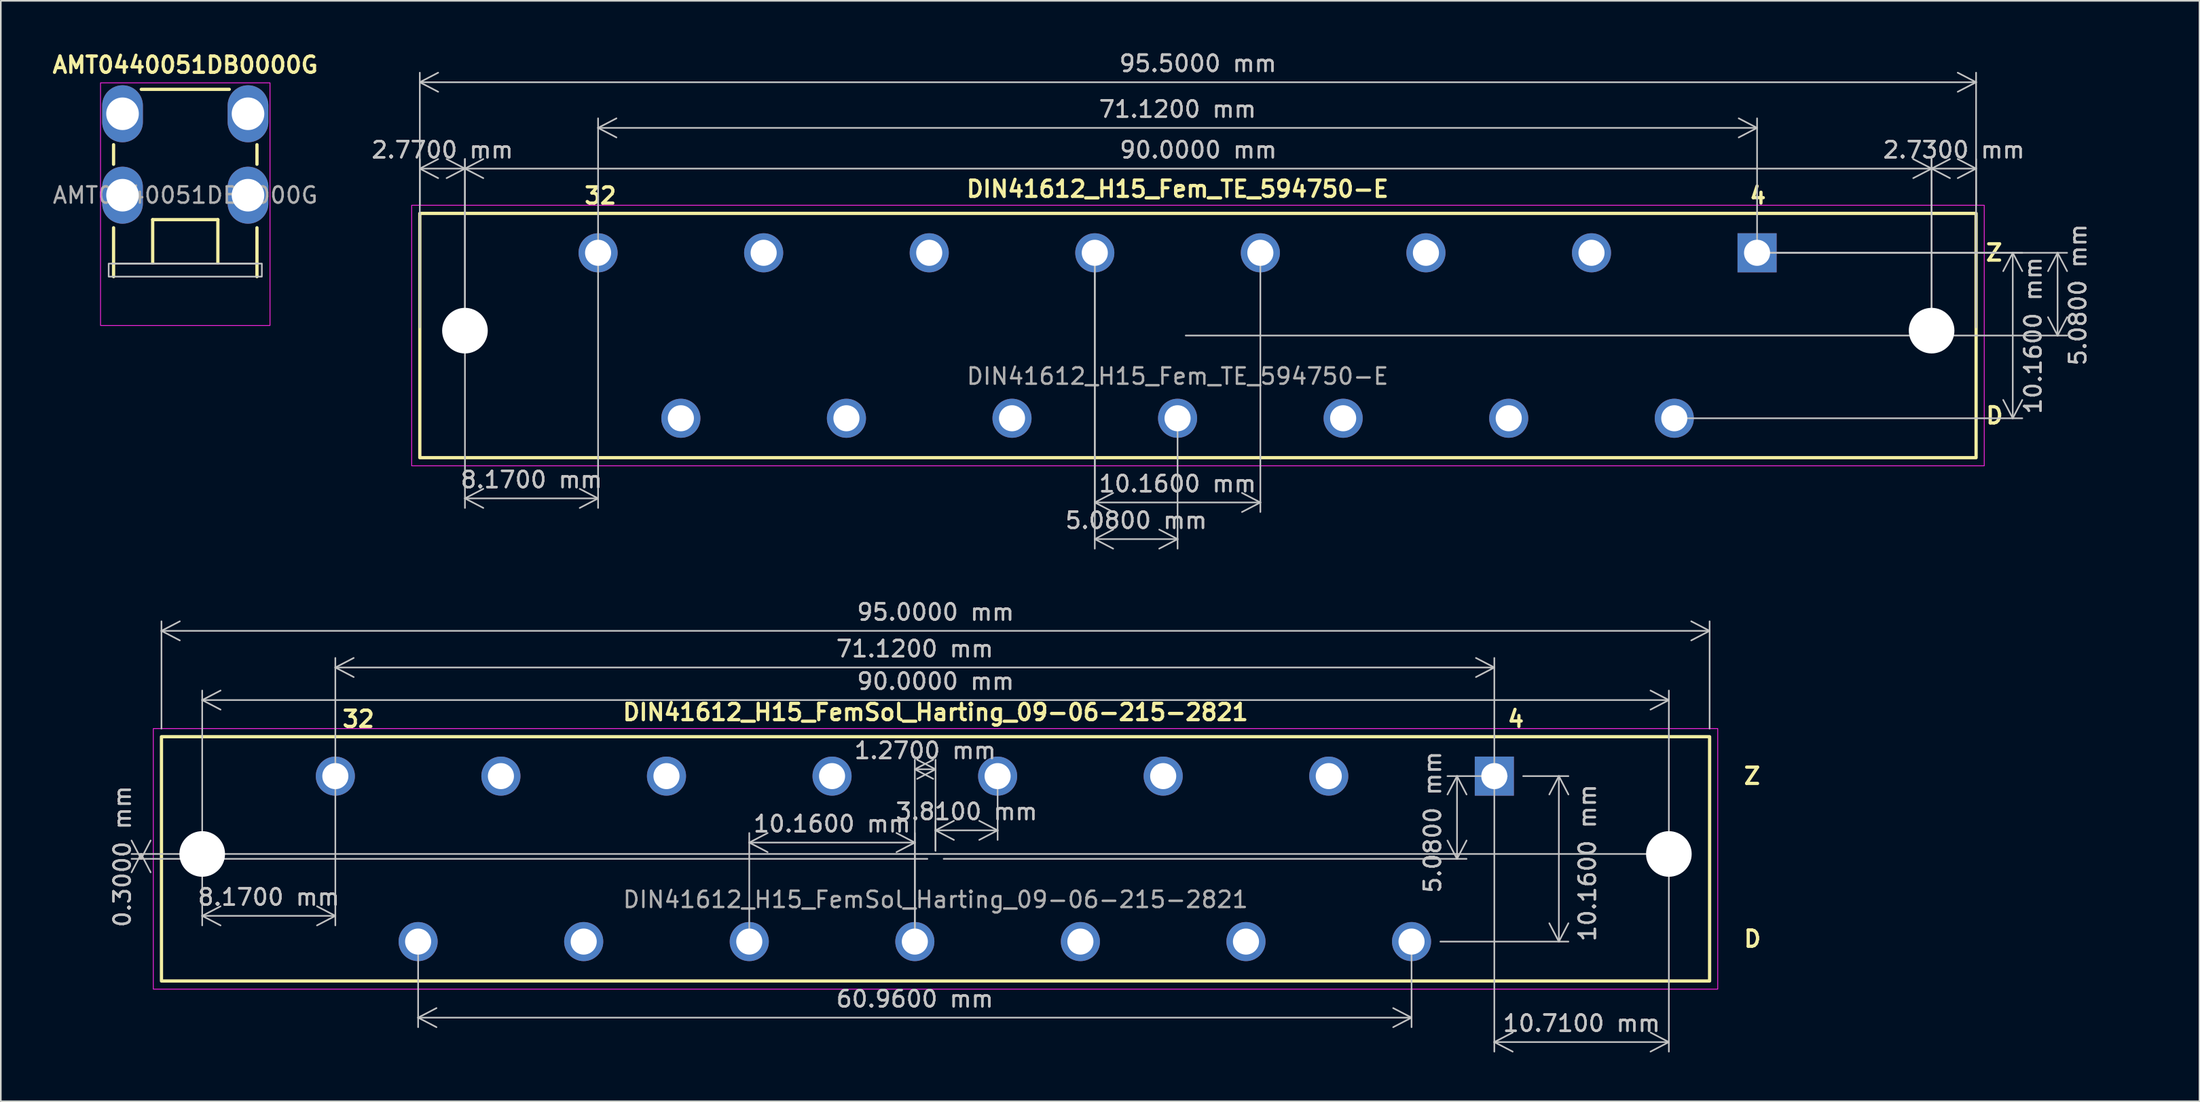
<source format=kicad_pcb>
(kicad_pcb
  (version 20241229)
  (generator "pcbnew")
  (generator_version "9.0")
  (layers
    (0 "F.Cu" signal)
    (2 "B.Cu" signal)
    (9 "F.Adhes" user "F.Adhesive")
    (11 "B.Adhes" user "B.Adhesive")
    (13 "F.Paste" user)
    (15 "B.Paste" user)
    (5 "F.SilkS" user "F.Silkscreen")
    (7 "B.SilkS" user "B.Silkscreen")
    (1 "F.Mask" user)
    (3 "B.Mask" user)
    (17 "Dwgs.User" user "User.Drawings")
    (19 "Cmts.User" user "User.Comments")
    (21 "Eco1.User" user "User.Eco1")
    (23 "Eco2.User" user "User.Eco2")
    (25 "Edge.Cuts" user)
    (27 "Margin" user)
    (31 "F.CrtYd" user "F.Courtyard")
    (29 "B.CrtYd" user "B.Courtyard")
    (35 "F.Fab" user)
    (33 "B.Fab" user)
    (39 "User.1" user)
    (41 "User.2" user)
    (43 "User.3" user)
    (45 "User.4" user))
  (footprint "DIN41612_H15_Fem_TE_594750-E"
    (layer "F.Cu")
    (at 69.211 17.553)
    (property "Reference" "DIN41612_H15_Fem_TE_594750-E" (at 0 -9 0) (unlocked yes) (layer "F.SilkS") (effects (font (size 1 1) (thickness 0.2) (bold yes))))
    (attr through_hole)
    (fp_rect (start -46.5 -7.5) (end 49 7.5) (stroke (width 0.2) (type default)) (fill no) (layer "F.SilkS"))
    (fp_rect (start -47 -8) (end 49.5 8) (stroke (width 0.05) (type default)) (fill no) (layer "F.CrtYd"))
    (fp_text user "Z" (at 49.5 -4.5 0) (unlocked yes) (layer "F.SilkS") (effects (font (size 1 1) (thickness 0.2) (bold yes)) (justify left bottom)))
    (fp_text user "4" (at 35 -8 0) (unlocked yes) (layer "F.SilkS") (effects (font (size 1 1) (thickness 0.2) (bold yes)) (justify left bottom)))
    (fp_text user "D" (at 49.5 5.5 0) (unlocked yes) (layer "F.SilkS") (effects (font (size 1 1) (thickness 0.2) (bold yes)) (justify left bottom)))
    (fp_text user "32" (at -36.5 -8 0) (unlocked yes) (layer "F.SilkS") (effects (font (size 1 1) (thickness 0.2) (bold yes)) (justify left bottom)))
    (fp_text user "${REFERENCE}" (at 0 2.5 0) (unlocked yes) (layer "F.Fab") (effects (font (size 1 1) (thickness 0.15))))
    (dimension (type aligned) (layer "Dwgs.User") (pts (xy 22.711 10.053) (xy 118.211 10.053)) (height -8.054) (format (prefix "") (suffix "") (units 3) (units_format 1) (precision 4)) (style (thickness 0.1) (arrow_length 1.27) (text_position_mode 0) (arrow_direction outward) (extension_height 0.586) (extension_offset 0.5) (keep_text_aligned yes)) (gr_text "95.5000 mm" (at 70.461 0.848 0) (layer "Dwgs.User") (effects (font (size 1 1) (thickness 0.15)))))
    (dimension (type aligned) (layer "Dwgs.User") (pts (xy 33.651 12.473) (xy 104.771 12.473)) (height -7.67) (format (prefix "") (suffix "") (units 3) (units_format 1) (precision 4)) (style (thickness 0.1) (arrow_length 1.27) (text_position_mode 0) (arrow_direction outward) (extension_height 0.586) (extension_offset 0.5) (keep_text_aligned yes)) (gr_text "71.1200 mm" (at 69.211 3.653 0) (layer "Dwgs.User") (effects (font (size 1 1) (thickness 0.15)))))
    (dimension (type orthogonal) (layer "Dwgs.User") (pts (xy 104.771 12.473) (xy 99.691 22.633)) (height 15.69) (orientation 1) (format (prefix "") (suffix "") (units 3) (units_format 1) (precision 4)) (style (thickness 0.1) (arrow_length 1.27) (text_position_mode 2) (arrow_direction outward) (extension_height 0.586) (extension_offset 0.5) (keep_text_aligned yes)) (gr_text "10.1600 mm" (at 121.711 17.553 90) (layer "Dwgs.User") (effects (font (size 1 1) (thickness 0.15)))))
    (dimension (type orthogonal) (layer "Dwgs.User") (pts (xy 25.481 17.253) (xy 115.481 17.253)) (height -9.95) (orientation 0) (format (prefix "") (suffix "") (units 3) (units_format 1) (precision 4)) (style (thickness 0.1) (arrow_length 1.27) (text_position_mode 0) (arrow_direction outward) (extension_height 0.586) (extension_offset 0.5) (keep_text_aligned yes)) (gr_text "90.0000 mm" (at 70.481 6.153 0) (layer "Dwgs.User") (effects (font (size 1 1) (thickness 0.15)))))
    (dimension (type orthogonal) (layer "Dwgs.User") (pts (xy 64.131 12.473) (xy 69.211 22.633)) (height 17.58) (orientation 0) (format (prefix "") (suffix "") (units 3) (units_format 1) (precision 4)) (style (thickness 0.1) (arrow_length 1.27) (text_position_mode 0) (arrow_direction outward) (extension_height 0.586) (extension_offset 0.5) (keep_text_aligned yes)) (gr_text "5.0800 mm" (at 66.671 28.903 0) (layer "Dwgs.User") (effects (font (size 1 1) (thickness 0.15)))))
    (dimension (type orthogonal) (layer "Dwgs.User") (pts (xy 115.481 17.253) (xy 118.211 17.553)) (height -9.95) (orientation 0) (format (prefix "") (suffix "") (units 3) (units_format 1) (precision 4)) (style (thickness 0.1) (arrow_length 1.27) (text_position_mode 0) (arrow_direction outward) (extension_height 0.586) (extension_offset 0.5) (keep_text_aligned yes)) (gr_text "2.7300 mm" (at 116.846 6.153 0) (layer "Dwgs.User") (effects (font (size 1 1) (thickness 0.15)))))
    (dimension (type orthogonal) (layer "Dwgs.User") (pts (xy 25.481 17.253) (xy 22.711 17.553)) (height -9.95) (orientation 0) (format (prefix "") (suffix "") (units 3) (units_format 1) (precision 4)) (style (thickness 0.1) (arrow_length 1.27) (text_position_mode 0) (arrow_direction outward) (extension_height 0.586) (extension_offset 0.5) (keep_text_aligned yes)) (gr_text "2.7700 mm" (at 24.096 6.153 0) (layer "Dwgs.User") (effects (font (size 1 1) (thickness 0.15)))))
    (dimension (type orthogonal) (layer "Dwgs.User") (pts (xy 25.481 17.253) (xy 33.651 12.473)) (height 10.3) (orientation 0) (format (prefix "") (suffix "") (units 3) (units_format 1) (precision 4)) (style (thickness 0.1) (arrow_length 1.27) (text_position_mode 0) (arrow_direction outward) (extension_height 0.586) (extension_offset 0.5) (keep_text_aligned yes)) (gr_text "8.1700 mm" (at 29.566 26.403 0) (layer "Dwgs.User") (effects (font (size 1 1) (thickness 0.15)))))
    (dimension (type orthogonal) (layer "Dwgs.User") (pts (xy 64.131 12.473) (xy 74.291 12.473)) (height 15.33) (orientation 0) (format (prefix "") (suffix "") (units 3) (units_format 1) (precision 4)) (style (thickness 0.1) (arrow_length 1.27) (text_position_mode 0) (arrow_direction outward) (extension_height 0.586) (extension_offset 0.5) (keep_text_aligned yes)) (gr_text "10.1600 mm" (at 69.211 26.653 0) (layer "Dwgs.User") (effects (font (size 1 1) (thickness 0.15)))))
    (dimension (type orthogonal) (layer "Dwgs.User") (pts (xy 69.211 17.553) (xy 104.771 12.473)) (height 54) (orientation 1) (format (prefix "") (suffix "") (units 3) (units_format 1) (precision 4)) (style (thickness 0.1) (arrow_length 1.27) (text_position_mode 2) (arrow_direction outward) (extension_height 0.586) (extension_offset 0.5) (keep_text_aligned yes)) (gr_text "5.0800 mm" (at 124.461 15.053 90) (layer "Dwgs.User") (effects (font (size 1 1) (thickness 0.15)))))
    (pad "" np_thru_hole circle (at -43.73 -0.3) (size 2.8 2.8) (drill 2.8) (layers "*.Cu" "*.Mask"))
    (pad "" np_thru_hole circle (at 46.27 -0.3) (size 2.8 2.8) (drill 2.8) (layers "*.Cu" "*.Mask"))
    (pad "4" thru_hole rect (at 35.56 -5.08) (size 2.4 2.4) (drill 1.6) (layers "*.Cu" "*.Mask"))
    (pad "6" thru_hole circle (at 30.48 5.08) (size 2.4 2.4) (drill 1.6) (layers "*.Cu" "*.Mask"))
    (pad "8" thru_hole circle (at 25.4 -5.08) (size 2.4 2.4) (drill 1.6) (layers "*.Cu" "*.Mask"))
    (pad "10" thru_hole circle (at 20.32 5.08) (size 2.4 2.4) (drill 1.6) (layers "*.Cu" "*.Mask"))
    (pad "12" thru_hole circle (at 15.24 -5.08) (size 2.4 2.4) (drill 1.6) (layers "*.Cu" "*.Mask"))
    (pad "14" thru_hole circle (at 10.16 5.08) (size 2.4 2.4) (drill 1.6) (layers "*.Cu" "*.Mask"))
    (pad "16" thru_hole circle (at 5.08 -5.08) (size 2.4 2.4) (drill 1.6) (layers "*.Cu" "*.Mask"))
    (pad "18" thru_hole circle (at 0 5.08) (size 2.4 2.4) (drill 1.6) (layers "*.Cu" "*.Mask"))
    (pad "20" thru_hole circle (at -5.08 -5.08) (size 2.4 2.4) (drill 1.6) (layers "*.Cu" "*.Mask"))
    (pad "22" thru_hole circle (at -10.16 5.08) (size 2.4 2.4) (drill 1.6) (layers "*.Cu" "*.Mask"))
    (pad "24" thru_hole circle (at -15.24 -5.08) (size 2.4 2.4) (drill 1.6) (layers "*.Cu" "*.Mask"))
    (pad "26" thru_hole circle (at -20.32 5.08) (size 2.4 2.4) (drill 1.6) (layers "*.Cu" "*.Mask"))
    (pad "28" thru_hole circle (at -25.4 -5.08) (size 2.4 2.4) (drill 1.6) (layers "*.Cu" "*.Mask"))
    (pad "30" thru_hole circle (at -30.48 5.08) (size 2.4 2.4) (drill 1.6) (layers "*.Cu" "*.Mask"))
    (pad "32" thru_hole circle (at -35.56 -5.08) (size 2.4 2.4) (drill 1.6) (layers "*.Cu" "*.Mask")))
  (footprint "DIN41612_H15_FemSol_Harting_09-06-215-2821"
    (layer "F.Cu")
    (at 54.358 49.687)
    (property "Reference" "DIN41612_H15_FemSol_Harting_09-06-215-2821" (at 0 -9 0) (unlocked yes) (layer "F.SilkS") (effects (font (size 1 1) (thickness 0.2) (bold yes))))
    (attr through_hole)
    (fp_rect (start -47.5 -7.5) (end 47.5 7.5) (stroke (width 0.2) (type default)) (fill no) (layer "F.SilkS"))
    (fp_rect (start -48 -8) (end 48 8) (stroke (width 0.05) (type default)) (fill no) (layer "F.CrtYd"))
    (fp_text user "D" (at 49.5 5.5 0) (unlocked yes) (layer "F.SilkS") (effects (font (size 1 1) (thickness 0.2) (bold yes)) (justify left bottom)))
    (fp_text user "4" (at 35 -8 0) (unlocked yes) (layer "F.SilkS") (effects (font (size 1 1) (thickness 0.2) (bold yes)) (justify left bottom)))
    (fp_text user "Z" (at 49.5 -4.5 0) (unlocked yes) (layer "F.SilkS") (effects (font (size 1 1) (thickness 0.2) (bold yes)) (justify left bottom)))
    (fp_text user "32" (at -36.5 -8 0) (unlocked yes) (layer "F.SilkS") (effects (font (size 1 1) (thickness 0.2) (bold yes)) (justify left bottom)))
    (fp_text user "${REFERENCE}" (at 0 2.5 0) (unlocked yes) (layer "F.Fab") (effects (font (size 1 1) (thickness 0.15))))
    (dimension (type aligned) (layer "Dwgs.User") (pts (xy 6.858 42.187) (xy 101.858 42.187)) (height -6.5) (format (prefix "") (suffix "") (units 3) (units_format 1) (precision 4)) (style (thickness 0.1) (arrow_length 1.27) (text_position_mode 0) (arrow_direction outward) (extension_height 0.586) (extension_offset 0.5) (keep_text_aligned yes)) (gr_text "95.0000 mm" (at 54.358 34.537 0) (layer "Dwgs.User") (effects (font (size 1 1) (thickness 0.15)))))
    (dimension (type aligned) (layer "Dwgs.User") (pts (xy 17.528 44.607) (xy 88.648 44.607)) (height -6.67) (format (prefix "") (suffix "") (units 3) (units_format 1) (precision 4)) (style (thickness 0.1) (arrow_length 1.27) (text_position_mode 0) (arrow_direction outward) (extension_height 0.586) (extension_offset 0.5) (keep_text_aligned yes)) (gr_text "71.1200 mm" (at 53.088 36.787 0) (layer "Dwgs.User") (effects (font (size 1 1) (thickness 0.15)))))
    (dimension (type orthogonal) (layer "Dwgs.User") (pts (xy 9.358 49.387) (xy 99.358 49.387)) (height -9.45) (orientation 0) (format (prefix "") (suffix "") (units 3) (units_format 1) (precision 4)) (style (thickness 0.1) (arrow_length 1.27) (text_position_mode 0) (arrow_direction outward) (extension_height 0.586) (extension_offset 0.5) (keep_text_aligned yes)) (gr_text "90.0000 mm" (at 54.358 38.787 0) (layer "Dwgs.User") (effects (font (size 1 1) (thickness 0.15)))))
    (dimension (type orthogonal) (layer "Dwgs.User") (pts (xy 89.918 44.607) (xy 84.838 54.767)) (height 2.69) (orientation 1) (format (prefix "") (suffix "") (units 3) (units_format 1) (precision 4)) (style (thickness 0.1) (arrow_length 1.27) (text_position_mode 2) (arrow_direction outward) (extension_height 0.586) (extension_offset 0.5) (keep_text_aligned yes)) (gr_text "10.1600 mm" (at 94.358 49.937 90) (layer "Dwgs.User") (effects (font (size 1 1) (thickness 0.15)))))
    (dimension (type orthogonal) (layer "Dwgs.User") (pts (xy 88.648 44.607) (xy 99.358 49.387)) (height 16.33) (orientation 0) (format (prefix "") (suffix "") (units 3) (units_format 1) (precision 4)) (style (thickness 0.1) (arrow_length 1.27) (text_position_mode 0) (arrow_direction outward) (extension_height 0.586) (extension_offset 0.5) (keep_text_aligned yes)) (gr_text "10.7100 mm" (at 94.003 59.787 0) (layer "Dwgs.User") (effects (font (size 1 1) (thickness 0.15)))))
    (dimension (type orthogonal) (layer "Dwgs.User") (pts (xy 54.358 49.687) (xy 99.358 49.387)) (height -48.75) (orientation 1) (format (prefix "") (suffix "") (units 3) (units_format 1) (precision 4)) (style (thickness 0.1) (arrow_length 1.27) (text_position_mode 0) (arrow_direction outward) (extension_height 0.586) (extension_offset 0.5) (keep_text_aligned yes)) (gr_text "0.3000 mm" (at 4.458 49.537 90) (layer "Dwgs.User") (effects (font (size 1 1) (thickness 0.15)))))
    (dimension (type orthogonal) (layer "Dwgs.User") (pts (xy 54.358 49.687) (xy 58.168 44.607)) (height -1.75) (orientation 0) (format (prefix "") (suffix "") (units 3) (units_format 1) (precision 4)) (style (thickness 0.1) (arrow_length 1.27) (text_position_mode 0) (arrow_direction outward) (extension_height 0.586) (extension_offset 0.5) (keep_text_aligned yes)) (gr_text "3.8100 mm" (at 56.263 46.787 0) (layer "Dwgs.User") (effects (font (size 1 1) (thickness 0.15)))))
    (dimension (type orthogonal) (layer "Dwgs.User") (pts (xy 42.928 54.767) (xy 53.088 54.767)) (height -6.08) (orientation 0) (format (prefix "") (suffix "") (units 3) (units_format 1) (precision 4)) (style (thickness 0.1) (arrow_length 1.27) (text_position_mode 0) (arrow_direction outward) (extension_height 0.586) (extension_offset 0.5) (keep_text_aligned yes)) (gr_text "10.1600 mm" (at 48.008 47.537 0) (layer "Dwgs.User") (effects (font (size 1 1) (thickness 0.15)))))
    (dimension (type orthogonal) (layer "Dwgs.User") (pts (xy 54.358 49.687) (xy 53.088 54.767)) (height -5.5) (orientation 0) (format (prefix "") (suffix "") (units 3) (units_format 1) (precision 4)) (style (thickness 0.1) (arrow_length 1.27) (text_position_mode 0) (arrow_direction outward) (extension_height 0.586) (extension_offset 0.5) (keep_text_aligned yes)) (gr_text "1.2700 mm" (at 53.723 43.037 0) (layer "Dwgs.User") (effects (font (size 1 1) (thickness 0.15)))))
    (dimension (type orthogonal) (layer "Dwgs.User") (pts (xy 22.608 54.767) (xy 83.568 54.767)) (height 4.67) (orientation 0) (format (prefix "") (suffix "") (units 3) (units_format 1) (precision 4)) (style (thickness 0.1) (arrow_length 1.27) (text_position_mode 0) (arrow_direction outward) (extension_height 0.586) (extension_offset 0.5) (keep_text_aligned yes)) (gr_text "60.9600 mm" (at 53.088 58.287 0) (layer "Dwgs.User") (effects (font (size 1 1) (thickness 0.15)))))
    (dimension (type orthogonal) (layer "Dwgs.User") (pts (xy 54.358 49.687) (xy 89.918 44.607)) (height 32) (orientation 1) (format (prefix "") (suffix "") (units 3) (units_format 1) (precision 4)) (style (thickness 0.1) (arrow_length 1.27) (text_position_mode 2) (arrow_direction outward) (extension_height 0.586) (extension_offset 0.5) (keep_text_aligned yes)) (gr_text "5.0800 mm" (at 84.858 47.437 90) (layer "Dwgs.User") (effects (font (size 1 1) (thickness 0.15)))))
    (dimension (type orthogonal) (layer "Dwgs.User") (pts (xy 9.358 49.387) (xy 17.528 44.607)) (height 3.8) (orientation 0) (format (prefix "") (suffix "") (units 3) (units_format 1) (precision 4)) (style (thickness 0.1) (arrow_length 1.27) (text_position_mode 0) (arrow_direction outward) (extension_height 0.586) (extension_offset 0.5) (keep_text_aligned yes)) (gr_text "8.1700 mm" (at 13.443 52.037 0) (layer "Dwgs.User") (effects (font (size 1 1) (thickness 0.15)))))
    (pad "" np_thru_hole circle (at -45 -0.3) (size 2.8 2.8) (drill 2.8) (layers "*.Cu" "*.Mask"))
    (pad "" np_thru_hole circle (at 45 -0.3) (size 2.8 2.8) (drill 2.8) (layers "*.Cu" "*.Mask"))
    (pad "4" thru_hole rect (at 34.29 -5.08) (size 2.4 2.4) (drill 1.6) (layers "*.Cu" "*.Mask"))
    (pad "6" thru_hole circle (at 29.21 5.08) (size 2.4 2.4) (drill 1.6) (layers "*.Cu" "*.Mask"))
    (pad "8" thru_hole circle (at 24.13 -5.08) (size 2.4 2.4) (drill 1.6) (layers "*.Cu" "*.Mask"))
    (pad "10" thru_hole circle (at 19.05 5.08) (size 2.4 2.4) (drill 1.6) (layers "*.Cu" "*.Mask"))
    (pad "12" thru_hole circle (at 13.97 -5.08) (size 2.4 2.4) (drill 1.6) (layers "*.Cu" "*.Mask"))
    (pad "14" thru_hole circle (at 8.89 5.08) (size 2.4 2.4) (drill 1.6) (layers "*.Cu" "*.Mask"))
    (pad "16" thru_hole circle (at 3.81 -5.08) (size 2.4 2.4) (drill 1.6) (layers "*.Cu" "*.Mask"))
    (pad "18" thru_hole circle (at -1.27 5.08) (size 2.4 2.4) (drill 1.6) (layers "*.Cu" "*.Mask"))
    (pad "20" thru_hole circle (at -6.35 -5.08) (size 2.4 2.4) (drill 1.6) (layers "*.Cu" "*.Mask"))
    (pad "22" thru_hole circle (at -11.43 5.08) (size 2.4 2.4) (drill 1.6) (layers "*.Cu" "*.Mask"))
    (pad "24" thru_hole circle (at -16.51 -5.08) (size 2.4 2.4) (drill 1.6) (layers "*.Cu" "*.Mask"))
    (pad "26" thru_hole circle (at -21.59 5.08) (size 2.4 2.4) (drill 1.6) (layers "*.Cu" "*.Mask"))
    (pad "28" thru_hole circle (at -26.67 -5.08) (size 2.4 2.4) (drill 1.6) (layers "*.Cu" "*.Mask"))
    (pad "30" thru_hole circle (at -31.75 5.08) (size 2.4 2.4) (drill 1.6) (layers "*.Cu" "*.Mask"))
    (pad "32" thru_hole circle (at -36.83 -5.08) (size 2.4 2.4) (drill 1.6) (layers "*.Cu" "*.Mask")))
  (footprint "AMT0440051DB0000G"
    (layer "F.Cu")
    (at 8.319 6.436)
    (property "Reference" "AMT0440051DB0000G" (at 0 -5.5 0) (unlocked yes) (layer "F.SilkS") (effects (font (size 1 1) (thickness 0.2) (bold yes))))
    (attr through_hole)
    (fp_line (start -4.4 -0.6) (end -4.4 0.6) (stroke (width 0.2) (type default)) (layer "F.SilkS"))
    (fp_line (start -4.4 4.5) (end -4.4 7.5) (stroke (width 0.2) (type default)) (layer "F.SilkS"))
    (fp_line (start -2.7 -4) (end 2.7 -4) (stroke (width 0.2) (type default)) (layer "F.SilkS"))
    (fp_line (start -2 4) (end 2 4) (stroke (width 0.2) (type default)) (layer "F.SilkS"))
    (fp_line (start -2 6.65) (end -2 4) (stroke (width 0.2) (type default)) (layer "F.SilkS"))
    (fp_line (start 2 4) (end 2 6.65) (stroke (width 0.2) (type default)) (layer "F.SilkS"))
    (fp_line (start 4.4 -0.6) (end 4.4 0.6) (stroke (width 0.2) (type default)) (layer "F.SilkS"))
    (fp_line (start 4.4 4.5) (end 4.4 7.5) (stroke (width 0.2) (type default)) (layer "F.SilkS"))
    (fp_line (start -4.5 6.7) (end 4.5 6.7) (stroke (width 0.1) (type default)) (layer "Dwgs.User"))
    (fp_rect (start -4.7 6.7) (end 4.7 7.5) (stroke (width 0.1) (type default)) (fill no) (layer "Dwgs.User"))
    (fp_rect (start -5.2 -4.4) (end 5.2 10.5) (stroke (width 0.05) (type default)) (fill no) (layer "F.CrtYd"))
    (fp_text user "${REFERENCE}" (at 0 2.5 0) (unlocked yes) (layer "F.Fab") (effects (font (size 1 1) (thickness 0.15))))
    (pad "1" thru_hole oval (at -3.85 -2.5) (size 2.5 3.5) (drill 2) (layers "*.Cu" "*.Mask"))
    (pad "1" thru_hole oval (at -3.85 2.5) (size 2.5 3.5) (drill 2) (layers "*.Cu" "*.Mask"))
    (pad "1" thru_hole oval (at 3.85 -2.5) (size 2.5 3.5) (drill 2) (layers "*.Cu" "*.Mask"))
    (pad "1" thru_hole oval (at 3.85 2.5) (size 2.5 3.5) (drill 2) (layers "*.Cu" "*.Mask")))
  (gr_rect
    (start -3 -3)
    (end 131.92 64.574)
    (stroke (width 0.1) (type default))
    (fill no)
    (layer "Edge.Cuts")))
</source>
